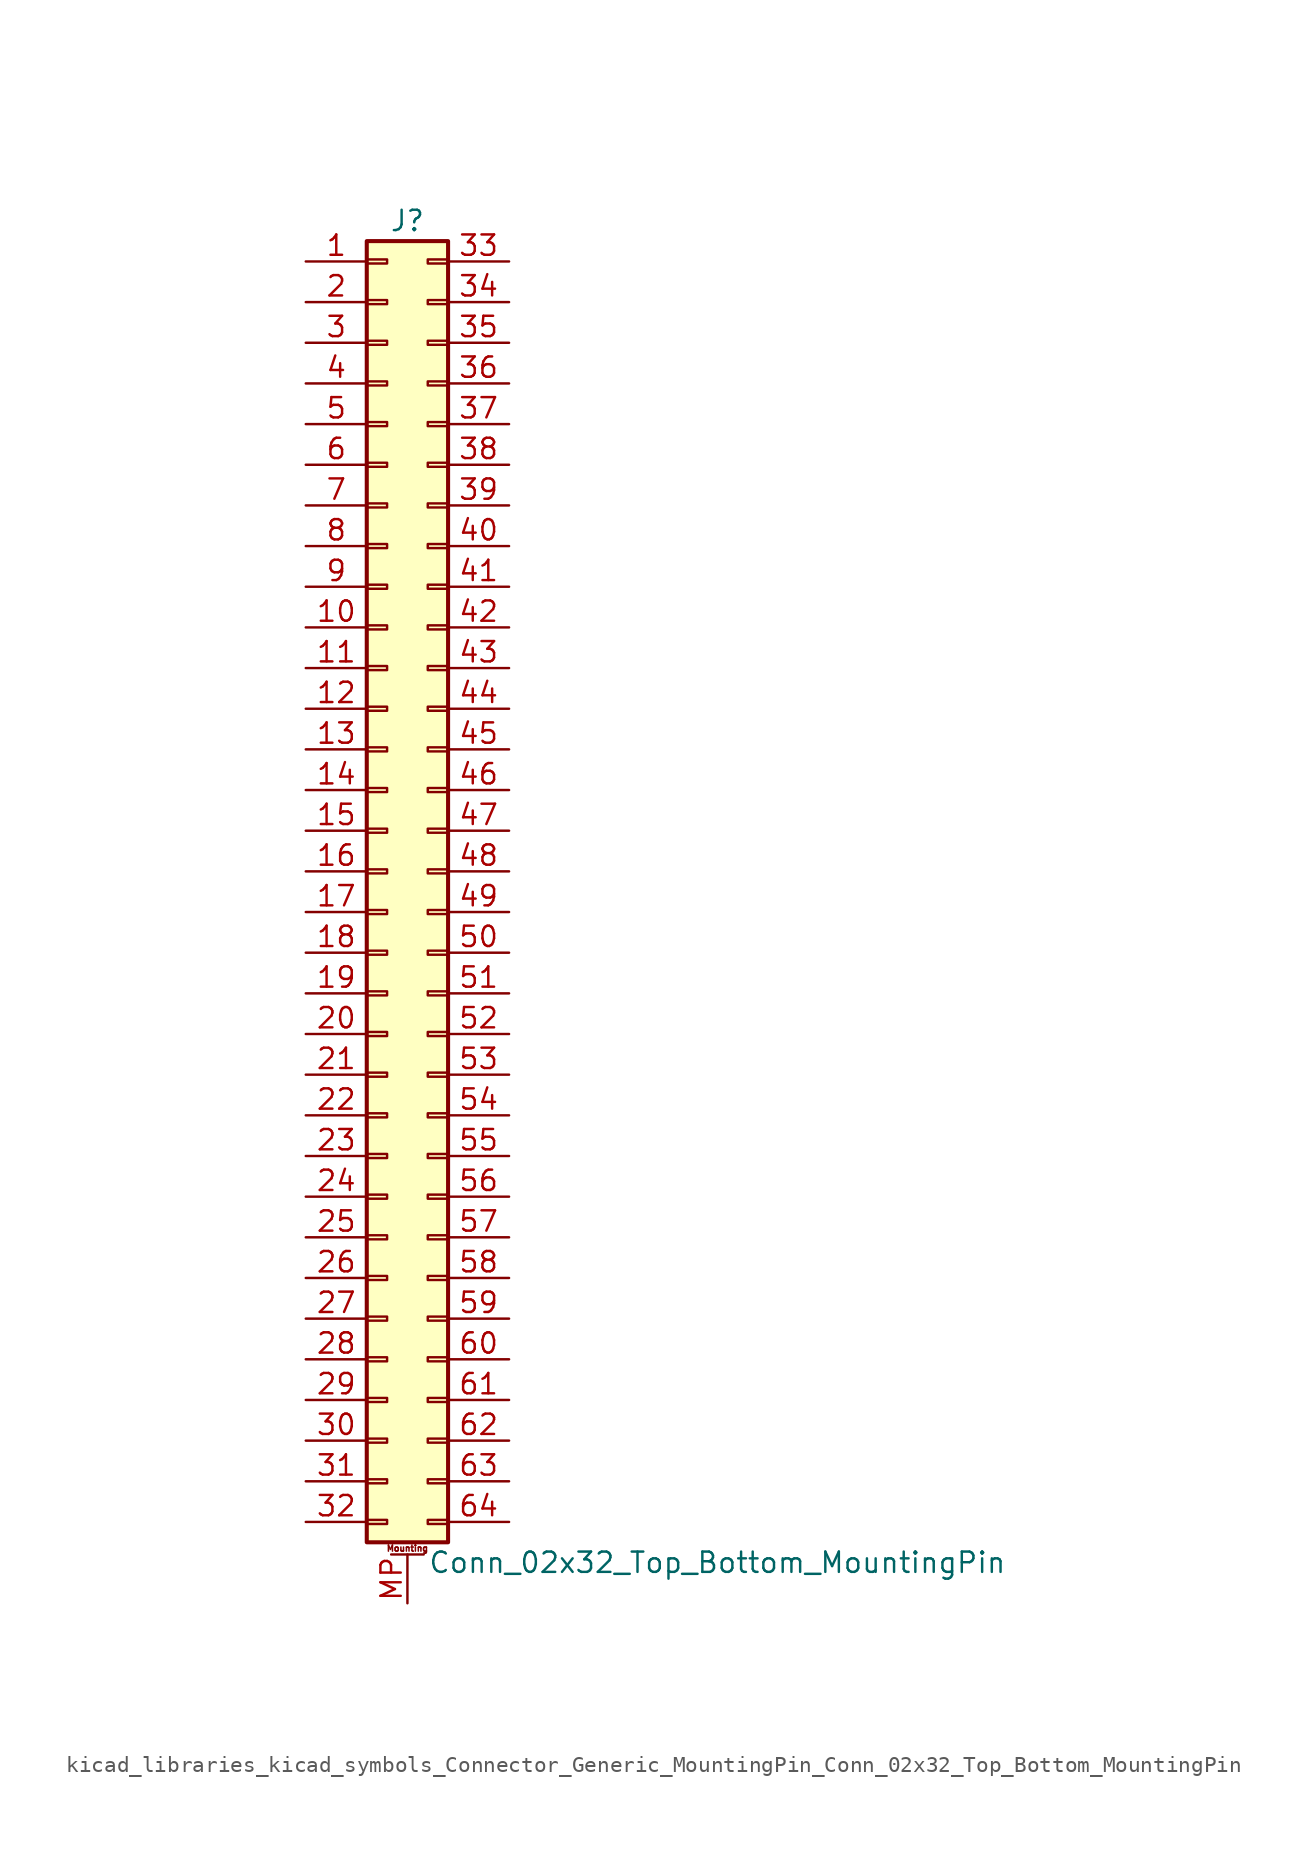
<source format=kicad_sym>
(kicad_symbol_lib
  (version 20220914)
  (generator kicad_symbol_editor)
  (symbol "kicad_libraries_kicad_symbols_Connector_Generic_MountingPin_Conn_02x32_Top_Bottom_MountingPin"
    (pin_names
      (offset 1.016) hide)
    (property "Reference" "J"
      (at 1.27 40.64 0)
      (effects (font (size 1.27 1.27))))
    (property "Value" "Conn_02x32_Top_Bottom_MountingPin"
      (at 2.54 -43.18 0)
      (effects (font (size 1.27 1.27)) (justify left)))
    (symbol "kicad_libraries_kicad_symbols_Connector_Generic_MountingPin_Conn_02x32_Top_Bottom_MountingPin_1_1"
      (rectangle (start -1.27 -40.513) (end 0 -40.767) (stroke (width 0.152) (type default)) (fill (type none)))
      (rectangle (start -1.27 -37.973) (end 0 -38.227) (stroke (width 0.152) (type default)) (fill (type none)))
      (rectangle (start -1.27 -35.433) (end 0 -35.687) (stroke (width 0.152) (type default)) (fill (type none)))
      (rectangle (start -1.27 -32.893) (end 0 -33.147) (stroke (width 0.152) (type default)) (fill (type none)))
      (rectangle (start -1.27 -30.353) (end 0 -30.607) (stroke (width 0.152) (type default)) (fill (type none)))
      (rectangle (start -1.27 -27.813) (end 0 -28.067) (stroke (width 0.152) (type default)) (fill (type none)))
      (rectangle (start -1.27 -25.273) (end 0 -25.527) (stroke (width 0.152) (type default)) (fill (type none)))
      (rectangle (start -1.27 -22.733) (end 0 -22.987) (stroke (width 0.152) (type default)) (fill (type none)))
      (rectangle (start -1.27 -20.193) (end 0 -20.447) (stroke (width 0.152) (type default)) (fill (type none)))
      (rectangle (start -1.27 -17.653) (end 0 -17.907) (stroke (width 0.152) (type default)) (fill (type none)))
      (rectangle (start -1.27 -15.113) (end 0 -15.367) (stroke (width 0.152) (type default)) (fill (type none)))
      (rectangle (start -1.27 -12.573) (end 0 -12.827) (stroke (width 0.152) (type default)) (fill (type none)))
      (rectangle (start -1.27 -10.033) (end 0 -10.287) (stroke (width 0.152) (type default)) (fill (type none)))
      (rectangle (start -1.27 -7.493) (end 0 -7.747) (stroke (width 0.152) (type default)) (fill (type none)))
      (rectangle (start -1.27 -4.953) (end 0 -5.207) (stroke (width 0.152) (type default)) (fill (type none)))
      (rectangle (start -1.27 -2.413) (end 0 -2.667) (stroke (width 0.152) (type default)) (fill (type none)))
      (rectangle (start -1.27 0.127) (end 0 -0.127) (stroke (width 0.152) (type default)) (fill (type none)))
      (rectangle (start -1.27 2.667) (end 0 2.413) (stroke (width 0.152) (type default)) (fill (type none)))
      (rectangle (start -1.27 5.207) (end 0 4.953) (stroke (width 0.152) (type default)) (fill (type none)))
      (rectangle (start -1.27 7.747) (end 0 7.493) (stroke (width 0.152) (type default)) (fill (type none)))
      (rectangle (start -1.27 10.287) (end 0 10.033) (stroke (width 0.152) (type default)) (fill (type none)))
      (rectangle (start -1.27 12.827) (end 0 12.573) (stroke (width 0.152) (type default)) (fill (type none)))
      (rectangle (start -1.27 15.367) (end 0 15.113) (stroke (width 0.152) (type default)) (fill (type none)))
      (rectangle (start -1.27 17.907) (end 0 17.653) (stroke (width 0.152) (type default)) (fill (type none)))
      (rectangle (start -1.27 20.447) (end 0 20.193) (stroke (width 0.152) (type default)) (fill (type none)))
      (rectangle (start -1.27 22.987) (end 0 22.733) (stroke (width 0.152) (type default)) (fill (type none)))
      (rectangle (start -1.27 25.527) (end 0 25.273) (stroke (width 0.152) (type default)) (fill (type none)))
      (rectangle (start -1.27 28.067) (end 0 27.813) (stroke (width 0.152) (type default)) (fill (type none)))
      (rectangle (start -1.27 30.607) (end 0 30.353) (stroke (width 0.152) (type default)) (fill (type none)))
      (rectangle (start -1.27 33.147) (end 0 32.893) (stroke (width 0.152) (type default)) (fill (type none)))
      (rectangle (start -1.27 35.687) (end 0 35.433) (stroke (width 0.152) (type default)) (fill (type none)))
      (rectangle (start -1.27 38.227) (end 0 37.973) (stroke (width 0.152) (type default)) (fill (type none)))
      (rectangle (start -1.27 39.37) (end 3.81 -41.91) (stroke (width 0.254) (type default)) (fill (type background)))
      (polyline (pts (xy 0.254 -42.672) (xy 2.286 -42.672)) (stroke (width 0.152) (type default)) (fill (type none)))
      (rectangle (start 3.81 -40.513) (end 2.54 -40.767) (stroke (width 0.152) (type default)) (fill (type none)))
      (rectangle (start 3.81 -37.973) (end 2.54 -38.227) (stroke (width 0.152) (type default)) (fill (type none)))
      (rectangle (start 3.81 -35.433) (end 2.54 -35.687) (stroke (width 0.152) (type default)) (fill (type none)))
      (rectangle (start 3.81 -32.893) (end 2.54 -33.147) (stroke (width 0.152) (type default)) (fill (type none)))
      (rectangle (start 3.81 -30.353) (end 2.54 -30.607) (stroke (width 0.152) (type default)) (fill (type none)))
      (rectangle (start 3.81 -27.813) (end 2.54 -28.067) (stroke (width 0.152) (type default)) (fill (type none)))
      (rectangle (start 3.81 -25.273) (end 2.54 -25.527) (stroke (width 0.152) (type default)) (fill (type none)))
      (rectangle (start 3.81 -22.733) (end 2.54 -22.987) (stroke (width 0.152) (type default)) (fill (type none)))
      (rectangle (start 3.81 -20.193) (end 2.54 -20.447) (stroke (width 0.152) (type default)) (fill (type none)))
      (rectangle (start 3.81 -17.653) (end 2.54 -17.907) (stroke (width 0.152) (type default)) (fill (type none)))
      (rectangle (start 3.81 -15.113) (end 2.54 -15.367) (stroke (width 0.152) (type default)) (fill (type none)))
      (rectangle (start 3.81 -12.573) (end 2.54 -12.827) (stroke (width 0.152) (type default)) (fill (type none)))
      (rectangle (start 3.81 -10.033) (end 2.54 -10.287) (stroke (width 0.152) (type default)) (fill (type none)))
      (rectangle (start 3.81 -7.493) (end 2.54 -7.747) (stroke (width 0.152) (type default)) (fill (type none)))
      (rectangle (start 3.81 -4.953) (end 2.54 -5.207) (stroke (width 0.152) (type default)) (fill (type none)))
      (rectangle (start 3.81 -2.413) (end 2.54 -2.667) (stroke (width 0.152) (type default)) (fill (type none)))
      (rectangle (start 3.81 0.127) (end 2.54 -0.127) (stroke (width 0.152) (type default)) (fill (type none)))
      (rectangle (start 3.81 2.667) (end 2.54 2.413) (stroke (width 0.152) (type default)) (fill (type none)))
      (rectangle (start 3.81 5.207) (end 2.54 4.953) (stroke (width 0.152) (type default)) (fill (type none)))
      (rectangle (start 3.81 7.747) (end 2.54 7.493) (stroke (width 0.152) (type default)) (fill (type none)))
      (rectangle (start 3.81 10.287) (end 2.54 10.033) (stroke (width 0.152) (type default)) (fill (type none)))
      (rectangle (start 3.81 12.827) (end 2.54 12.573) (stroke (width 0.152) (type default)) (fill (type none)))
      (rectangle (start 3.81 15.367) (end 2.54 15.113) (stroke (width 0.152) (type default)) (fill (type none)))
      (rectangle (start 3.81 17.907) (end 2.54 17.653) (stroke (width 0.152) (type default)) (fill (type none)))
      (rectangle (start 3.81 20.447) (end 2.54 20.193) (stroke (width 0.152) (type default)) (fill (type none)))
      (rectangle (start 3.81 22.987) (end 2.54 22.733) (stroke (width 0.152) (type default)) (fill (type none)))
      (rectangle (start 3.81 25.527) (end 2.54 25.273) (stroke (width 0.152) (type default)) (fill (type none)))
      (rectangle (start 3.81 28.067) (end 2.54 27.813) (stroke (width 0.152) (type default)) (fill (type none)))
      (rectangle (start 3.81 30.607) (end 2.54 30.353) (stroke (width 0.152) (type default)) (fill (type none)))
      (rectangle (start 3.81 33.147) (end 2.54 32.893) (stroke (width 0.152) (type default)) (fill (type none)))
      (rectangle (start 3.81 35.687) (end 2.54 35.433) (stroke (width 0.152) (type default)) (fill (type none)))
      (rectangle (start 3.81 38.227) (end 2.54 37.973) (stroke (width 0.152) (type default)) (fill (type none)))
      (text "Mounting" (at 1.27 -42.291 0) (effects (font (size 0.381 0.381))))
      (pin passive line (at -5.08 38.1 0) (length 3.81) (name "Pin_1" (effects (font (size 1.27 1.27)))) (number "1" (effects (font (size 1.27 1.27)))))
      (pin passive line (at -5.08 15.24 0) (length 3.81) (name "Pin_10" (effects (font (size 1.27 1.27)))) (number "10" (effects (font (size 1.27 1.27)))))
      (pin passive line (at -5.08 12.7 0) (length 3.81) (name "Pin_11" (effects (font (size 1.27 1.27)))) (number "11" (effects (font (size 1.27 1.27)))))
      (pin passive line (at -5.08 10.16 0) (length 3.81) (name "Pin_12" (effects (font (size 1.27 1.27)))) (number "12" (effects (font (size 1.27 1.27)))))
      (pin passive line (at -5.08 7.62 0) (length 3.81) (name "Pin_13" (effects (font (size 1.27 1.27)))) (number "13" (effects (font (size 1.27 1.27)))))
      (pin passive line (at -5.08 5.08 0) (length 3.81) (name "Pin_14" (effects (font (size 1.27 1.27)))) (number "14" (effects (font (size 1.27 1.27)))))
      (pin passive line (at -5.08 2.54 0) (length 3.81) (name "Pin_15" (effects (font (size 1.27 1.27)))) (number "15" (effects (font (size 1.27 1.27)))))
      (pin passive line (at -5.08 0 0) (length 3.81) (name "Pin_16" (effects (font (size 1.27 1.27)))) (number "16" (effects (font (size 1.27 1.27)))))
      (pin passive line (at -5.08 -2.54 0) (length 3.81) (name "Pin_17" (effects (font (size 1.27 1.27)))) (number "17" (effects (font (size 1.27 1.27)))))
      (pin passive line (at -5.08 -5.08 0) (length 3.81) (name "Pin_18" (effects (font (size 1.27 1.27)))) (number "18" (effects (font (size 1.27 1.27)))))
      (pin passive line (at -5.08 -7.62 0) (length 3.81) (name "Pin_19" (effects (font (size 1.27 1.27)))) (number "19" (effects (font (size 1.27 1.27)))))
      (pin passive line (at -5.08 35.56 0) (length 3.81) (name "Pin_2" (effects (font (size 1.27 1.27)))) (number "2" (effects (font (size 1.27 1.27)))))
      (pin passive line (at -5.08 -10.16 0) (length 3.81) (name "Pin_20" (effects (font (size 1.27 1.27)))) (number "20" (effects (font (size 1.27 1.27)))))
      (pin passive line (at -5.08 -12.7 0) (length 3.81) (name "Pin_21" (effects (font (size 1.27 1.27)))) (number "21" (effects (font (size 1.27 1.27)))))
      (pin passive line (at -5.08 -15.24 0) (length 3.81) (name "Pin_22" (effects (font (size 1.27 1.27)))) (number "22" (effects (font (size 1.27 1.27)))))
      (pin passive line (at -5.08 -17.78 0) (length 3.81) (name "Pin_23" (effects (font (size 1.27 1.27)))) (number "23" (effects (font (size 1.27 1.27)))))
      (pin passive line (at -5.08 -20.32 0) (length 3.81) (name "Pin_24" (effects (font (size 1.27 1.27)))) (number "24" (effects (font (size 1.27 1.27)))))
      (pin passive line (at -5.08 -22.86 0) (length 3.81) (name "Pin_25" (effects (font (size 1.27 1.27)))) (number "25" (effects (font (size 1.27 1.27)))))
      (pin passive line (at -5.08 -25.4 0) (length 3.81) (name "Pin_26" (effects (font (size 1.27 1.27)))) (number "26" (effects (font (size 1.27 1.27)))))
      (pin passive line (at -5.08 -27.94 0) (length 3.81) (name "Pin_27" (effects (font (size 1.27 1.27)))) (number "27" (effects (font (size 1.27 1.27)))))
      (pin passive line (at -5.08 -30.48 0) (length 3.81) (name "Pin_28" (effects (font (size 1.27 1.27)))) (number "28" (effects (font (size 1.27 1.27)))))
      (pin passive line (at -5.08 -33.02 0) (length 3.81) (name "Pin_29" (effects (font (size 1.27 1.27)))) (number "29" (effects (font (size 1.27 1.27)))))
      (pin passive line (at -5.08 33.02 0) (length 3.81) (name "Pin_3" (effects (font (size 1.27 1.27)))) (number "3" (effects (font (size 1.27 1.27)))))
      (pin passive line (at -5.08 -35.56 0) (length 3.81) (name "Pin_30" (effects (font (size 1.27 1.27)))) (number "30" (effects (font (size 1.27 1.27)))))
      (pin passive line (at -5.08 -38.1 0) (length 3.81) (name "Pin_31" (effects (font (size 1.27 1.27)))) (number "31" (effects (font (size 1.27 1.27)))))
      (pin passive line (at -5.08 -40.64 0) (length 3.81) (name "Pin_32" (effects (font (size 1.27 1.27)))) (number "32" (effects (font (size 1.27 1.27)))))
      (pin passive line (at 7.62 38.1 180) (length 3.81) (name "Pin_33" (effects (font (size 1.27 1.27)))) (number "33" (effects (font (size 1.27 1.27)))))
      (pin passive line (at 7.62 35.56 180) (length 3.81) (name "Pin_34" (effects (font (size 1.27 1.27)))) (number "34" (effects (font (size 1.27 1.27)))))
      (pin passive line (at 7.62 33.02 180) (length 3.81) (name "Pin_35" (effects (font (size 1.27 1.27)))) (number "35" (effects (font (size 1.27 1.27)))))
      (pin passive line (at 7.62 30.48 180) (length 3.81) (name "Pin_36" (effects (font (size 1.27 1.27)))) (number "36" (effects (font (size 1.27 1.27)))))
      (pin passive line (at 7.62 27.94 180) (length 3.81) (name "Pin_37" (effects (font (size 1.27 1.27)))) (number "37" (effects (font (size 1.27 1.27)))))
      (pin passive line (at 7.62 25.4 180) (length 3.81) (name "Pin_38" (effects (font (size 1.27 1.27)))) (number "38" (effects (font (size 1.27 1.27)))))
      (pin passive line (at 7.62 22.86 180) (length 3.81) (name "Pin_39" (effects (font (size 1.27 1.27)))) (number "39" (effects (font (size 1.27 1.27)))))
      (pin passive line (at -5.08 30.48 0) (length 3.81) (name "Pin_4" (effects (font (size 1.27 1.27)))) (number "4" (effects (font (size 1.27 1.27)))))
      (pin passive line (at 7.62 20.32 180) (length 3.81) (name "Pin_40" (effects (font (size 1.27 1.27)))) (number "40" (effects (font (size 1.27 1.27)))))
      (pin passive line (at 7.62 17.78 180) (length 3.81) (name "Pin_41" (effects (font (size 1.27 1.27)))) (number "41" (effects (font (size 1.27 1.27)))))
      (pin passive line (at 7.62 15.24 180) (length 3.81) (name "Pin_42" (effects (font (size 1.27 1.27)))) (number "42" (effects (font (size 1.27 1.27)))))
      (pin passive line (at 7.62 12.7 180) (length 3.81) (name "Pin_43" (effects (font (size 1.27 1.27)))) (number "43" (effects (font (size 1.27 1.27)))))
      (pin passive line (at 7.62 10.16 180) (length 3.81) (name "Pin_44" (effects (font (size 1.27 1.27)))) (number "44" (effects (font (size 1.27 1.27)))))
      (pin passive line (at 7.62 7.62 180) (length 3.81) (name "Pin_45" (effects (font (size 1.27 1.27)))) (number "45" (effects (font (size 1.27 1.27)))))
      (pin passive line (at 7.62 5.08 180) (length 3.81) (name "Pin_46" (effects (font (size 1.27 1.27)))) (number "46" (effects (font (size 1.27 1.27)))))
      (pin passive line (at 7.62 2.54 180) (length 3.81) (name "Pin_47" (effects (font (size 1.27 1.27)))) (number "47" (effects (font (size 1.27 1.27)))))
      (pin passive line (at 7.62 0 180) (length 3.81) (name "Pin_48" (effects (font (size 1.27 1.27)))) (number "48" (effects (font (size 1.27 1.27)))))
      (pin passive line (at 7.62 -2.54 180) (length 3.81) (name "Pin_49" (effects (font (size 1.27 1.27)))) (number "49" (effects (font (size 1.27 1.27)))))
      (pin passive line (at -5.08 27.94 0) (length 3.81) (name "Pin_5" (effects (font (size 1.27 1.27)))) (number "5" (effects (font (size 1.27 1.27)))))
      (pin passive line (at 7.62 -5.08 180) (length 3.81) (name "Pin_50" (effects (font (size 1.27 1.27)))) (number "50" (effects (font (size 1.27 1.27)))))
      (pin passive line (at 7.62 -7.62 180) (length 3.81) (name "Pin_51" (effects (font (size 1.27 1.27)))) (number "51" (effects (font (size 1.27 1.27)))))
      (pin passive line (at 7.62 -10.16 180) (length 3.81) (name "Pin_52" (effects (font (size 1.27 1.27)))) (number "52" (effects (font (size 1.27 1.27)))))
      (pin passive line (at 7.62 -12.7 180) (length 3.81) (name "Pin_53" (effects (font (size 1.27 1.27)))) (number "53" (effects (font (size 1.27 1.27)))))
      (pin passive line (at 7.62 -15.24 180) (length 3.81) (name "Pin_54" (effects (font (size 1.27 1.27)))) (number "54" (effects (font (size 1.27 1.27)))))
      (pin passive line (at 7.62 -17.78 180) (length 3.81) (name "Pin_55" (effects (font (size 1.27 1.27)))) (number "55" (effects (font (size 1.27 1.27)))))
      (pin passive line (at 7.62 -20.32 180) (length 3.81) (name "Pin_56" (effects (font (size 1.27 1.27)))) (number "56" (effects (font (size 1.27 1.27)))))
      (pin passive line (at 7.62 -22.86 180) (length 3.81) (name "Pin_57" (effects (font (size 1.27 1.27)))) (number "57" (effects (font (size 1.27 1.27)))))
      (pin passive line (at 7.62 -25.4 180) (length 3.81) (name "Pin_58" (effects (font (size 1.27 1.27)))) (number "58" (effects (font (size 1.27 1.27)))))
      (pin passive line (at 7.62 -27.94 180) (length 3.81) (name "Pin_59" (effects (font (size 1.27 1.27)))) (number "59" (effects (font (size 1.27 1.27)))))
      (pin passive line (at -5.08 25.4 0) (length 3.81) (name "Pin_6" (effects (font (size 1.27 1.27)))) (number "6" (effects (font (size 1.27 1.27)))))
      (pin passive line (at 7.62 -30.48 180) (length 3.81) (name "Pin_60" (effects (font (size 1.27 1.27)))) (number "60" (effects (font (size 1.27 1.27)))))
      (pin passive line (at 7.62 -33.02 180) (length 3.81) (name "Pin_61" (effects (font (size 1.27 1.27)))) (number "61" (effects (font (size 1.27 1.27)))))
      (pin passive line (at 7.62 -35.56 180) (length 3.81) (name "Pin_62" (effects (font (size 1.27 1.27)))) (number "62" (effects (font (size 1.27 1.27)))))
      (pin passive line (at 7.62 -38.1 180) (length 3.81) (name "Pin_63" (effects (font (size 1.27 1.27)))) (number "63" (effects (font (size 1.27 1.27)))))
      (pin passive line (at 7.62 -40.64 180) (length 3.81) (name "Pin_64" (effects (font (size 1.27 1.27)))) (number "64" (effects (font (size 1.27 1.27)))))
      (pin passive line (at -5.08 22.86 0) (length 3.81) (name "Pin_7" (effects (font (size 1.27 1.27)))) (number "7" (effects (font (size 1.27 1.27)))))
      (pin passive line (at -5.08 20.32 0) (length 3.81) (name "Pin_8" (effects (font (size 1.27 1.27)))) (number "8" (effects (font (size 1.27 1.27)))))
      (pin passive line (at -5.08 17.78 0) (length 3.81) (name "Pin_9" (effects (font (size 1.27 1.27)))) (number "9" (effects (font (size 1.27 1.27)))))
      (pin passive line (at 1.27 -45.72 90) (length 3.048) (name "MountPin" (effects (font (size 1.27 1.27)))) (number "MP" (effects (font (size 1.27 1.27))))))))
</source>
